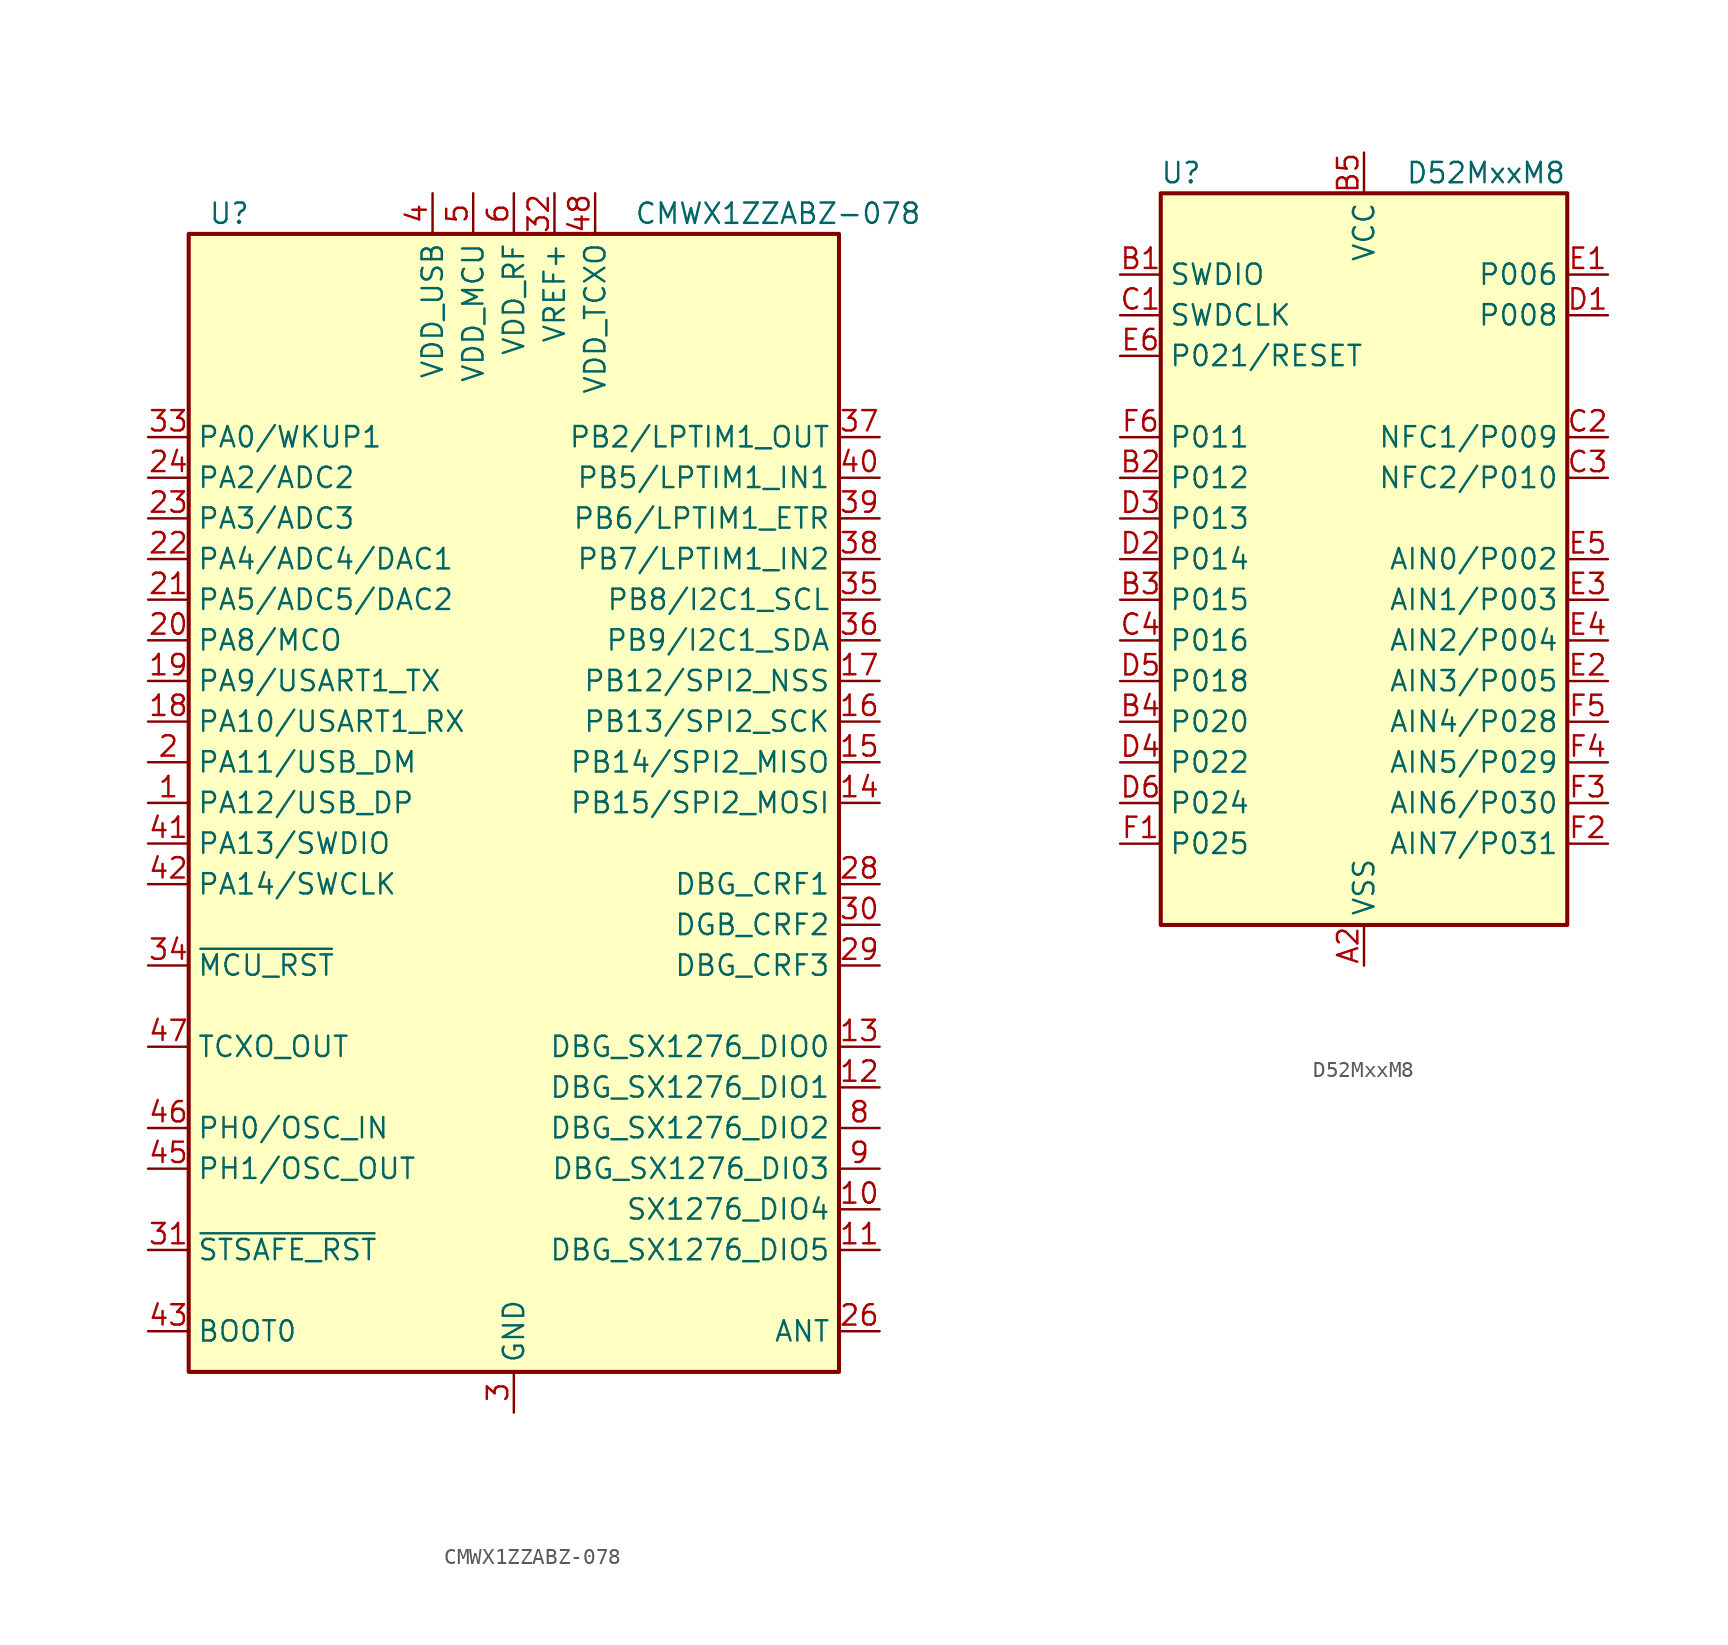
<source format=kicad_sym>
(kicad_symbol_lib
  (version 20231120)
  (generator "kicad_symbol_editor")
  (generator_version "8.0")
  (symbol "CMWX1ZZABZ-078"
    (property "Reference" "U"
      (at -17.78 36.83 0)
      (effects (font (size 1.27 1.27))))
    (property "Value" "CMWX1ZZABZ-078"
      (at 16.51 36.83 0)
      (effects (font (size 1.27 1.27))))
    (symbol "CMWX1ZZABZ-078_0_1"
      (rectangle (start -20.32 35.56) (end 20.32 -35.56) (stroke (width 0.254) (type default)) (fill (type background))))
    (symbol "CMWX1ZZABZ-078_1_1"
      (pin bidirectional line (at -22.86 0 0) (length 2.54) (name "PA12/USB_DP" (effects (font (size 1.27 1.27)))) (number "1" (effects (font (size 1.27 1.27)))))
      (pin bidirectional line (at 22.86 -25.4 180) (length 2.54) (name "SX1276_DIO4" (effects (font (size 1.27 1.27)))) (number "10" (effects (font (size 1.27 1.27)))))
      (pin bidirectional line (at 22.86 -27.94 180) (length 2.54) (name "DBG_SX1276_DIO5" (effects (font (size 1.27 1.27)))) (number "11" (effects (font (size 1.27 1.27)))))
      (pin bidirectional line (at 22.86 -17.78 180) (length 2.54) (name "DBG_SX1276_DIO1" (effects (font (size 1.27 1.27)))) (number "12" (effects (font (size 1.27 1.27)))))
      (pin bidirectional line (at 22.86 -15.24 180) (length 2.54) (name "DBG_SX1276_DIO0" (effects (font (size 1.27 1.27)))) (number "13" (effects (font (size 1.27 1.27)))))
      (pin bidirectional line (at 22.86 0 180) (length 2.54) (name "PB15/SPI2_MOSI" (effects (font (size 1.27 1.27)))) (number "14" (effects (font (size 1.27 1.27)))))
      (pin bidirectional line (at 22.86 2.54 180) (length 2.54) (name "PB14/SPI2_MISO" (effects (font (size 1.27 1.27)))) (number "15" (effects (font (size 1.27 1.27)))))
      (pin bidirectional line (at 22.86 5.08 180) (length 2.54) (name "PB13/SPI2_SCK" (effects (font (size 1.27 1.27)))) (number "16" (effects (font (size 1.27 1.27)))))
      (pin bidirectional line (at 22.86 7.62 180) (length 2.54) (name "PB12/SPI2_NSS" (effects (font (size 1.27 1.27)))) (number "17" (effects (font (size 1.27 1.27)))))
      (pin bidirectional line (at -22.86 5.08 0) (length 2.54) (name "PA10/USART1_RX" (effects (font (size 1.27 1.27)))) (number "18" (effects (font (size 1.27 1.27)))))
      (pin bidirectional line (at -22.86 7.62 0) (length 2.54) (name "PA9/USART1_TX" (effects (font (size 1.27 1.27)))) (number "19" (effects (font (size 1.27 1.27)))))
      (pin bidirectional line (at -22.86 2.54 0) (length 2.54) (name "PA11/USB_DM" (effects (font (size 1.27 1.27)))) (number "2" (effects (font (size 1.27 1.27)))))
      (pin bidirectional line (at -22.86 10.16 0) (length 2.54) (name "PA8/MCO" (effects (font (size 1.27 1.27)))) (number "20" (effects (font (size 1.27 1.27)))))
      (pin bidirectional line (at -22.86 12.7 0) (length 2.54) (name "PA5/ADC5/DAC2" (effects (font (size 1.27 1.27)))) (number "21" (effects (font (size 1.27 1.27)))))
      (pin bidirectional line (at -22.86 15.24 0) (length 2.54) (name "PA4/ADC4/DAC1" (effects (font (size 1.27 1.27)))) (number "22" (effects (font (size 1.27 1.27)))))
      (pin bidirectional line (at -22.86 17.78 0) (length 2.54) (name "PA3/ADC3" (effects (font (size 1.27 1.27)))) (number "23" (effects (font (size 1.27 1.27)))))
      (pin bidirectional line (at -22.86 20.32 0) (length 2.54) (name "PA2/ADC2" (effects (font (size 1.27 1.27)))) (number "24" (effects (font (size 1.27 1.27)))))
      (pin passive line (at 0 -38.1 90) (length 2.54) hide (name "GND" (effects (font (size 1.27 1.27)))) (number "25" (effects (font (size 1.27 1.27)))))
      (pin passive line (at 22.86 -33.02 180) (length 2.54) (name "ANT" (effects (font (size 1.27 1.27)))) (number "26" (effects (font (size 1.27 1.27)))))
      (pin passive line (at 0 -38.1 90) (length 2.54) hide (name "GND" (effects (font (size 1.27 1.27)))) (number "27" (effects (font (size 1.27 1.27)))))
      (pin passive line (at 22.86 -5.08 180) (length 2.54) (name "DBG_CRF1" (effects (font (size 1.27 1.27)))) (number "28" (effects (font (size 1.27 1.27)))))
      (pin passive line (at 22.86 -10.16 180) (length 2.54) (name "DBG_CRF3" (effects (font (size 1.27 1.27)))) (number "29" (effects (font (size 1.27 1.27)))))
      (pin power_in line (at 0 -38.1 90) (length 2.54) (name "GND" (effects (font (size 1.27 1.27)))) (number "3" (effects (font (size 1.27 1.27)))))
      (pin passive line (at 22.86 -7.62 180) (length 2.54) (name "DGB_CRF2" (effects (font (size 1.27 1.27)))) (number "30" (effects (font (size 1.27 1.27)))))
      (pin passive line (at -22.86 -27.94 0) (length 2.54) (name "~{STSAFE_RST}" (effects (font (size 1.27 1.27)))) (number "31" (effects (font (size 1.27 1.27)))))
      (pin power_in line (at 2.54 38.1 270) (length 2.54) (name "VREF+" (effects (font (size 1.27 1.27)))) (number "32" (effects (font (size 1.27 1.27)))))
      (pin bidirectional line (at -22.86 22.86 0) (length 2.54) (name "PA0/WKUP1" (effects (font (size 1.27 1.27)))) (number "33" (effects (font (size 1.27 1.27)))))
      (pin input line (at -22.86 -10.16 0) (length 2.54) (name "~{MCU_RST}" (effects (font (size 1.27 1.27)))) (number "34" (effects (font (size 1.27 1.27)))))
      (pin bidirectional line (at 22.86 12.7 180) (length 2.54) (name "PB8/I2C1_SCL" (effects (font (size 1.27 1.27)))) (number "35" (effects (font (size 1.27 1.27)))))
      (pin bidirectional line (at 22.86 10.16 180) (length 2.54) (name "PB9/I2C1_SDA" (effects (font (size 1.27 1.27)))) (number "36" (effects (font (size 1.27 1.27)))))
      (pin bidirectional line (at 22.86 22.86 180) (length 2.54) (name "PB2/LPTIM1_OUT" (effects (font (size 1.27 1.27)))) (number "37" (effects (font (size 1.27 1.27)))))
      (pin bidirectional line (at 22.86 15.24 180) (length 2.54) (name "PB7/LPTIM1_IN2" (effects (font (size 1.27 1.27)))) (number "38" (effects (font (size 1.27 1.27)))))
      (pin bidirectional line (at 22.86 17.78 180) (length 2.54) (name "PB6/LPTIM1_ETR" (effects (font (size 1.27 1.27)))) (number "39" (effects (font (size 1.27 1.27)))))
      (pin power_in line (at -5.08 38.1 270) (length 2.54) (name "VDD_USB" (effects (font (size 1.27 1.27)))) (number "4" (effects (font (size 1.27 1.27)))))
      (pin bidirectional line (at 22.86 20.32 180) (length 2.54) (name "PB5/LPTIM1_IN1" (effects (font (size 1.27 1.27)))) (number "40" (effects (font (size 1.27 1.27)))))
      (pin bidirectional line (at -22.86 -2.54 0) (length 2.54) (name "PA13/SWDIO" (effects (font (size 1.27 1.27)))) (number "41" (effects (font (size 1.27 1.27)))))
      (pin bidirectional line (at -22.86 -5.08 0) (length 2.54) (name "PA14/SWCLK" (effects (font (size 1.27 1.27)))) (number "42" (effects (font (size 1.27 1.27)))))
      (pin input line (at -22.86 -33.02 0) (length 2.54) (name "BOOT0" (effects (font (size 1.27 1.27)))) (number "43" (effects (font (size 1.27 1.27)))))
      (pin passive line (at 0 -38.1 90) (length 2.54) hide (name "GND" (effects (font (size 1.27 1.27)))) (number "44" (effects (font (size 1.27 1.27)))))
      (pin bidirectional line (at -22.86 -22.86 0) (length 2.54) (name "PH1/OSC_OUT" (effects (font (size 1.27 1.27)))) (number "45" (effects (font (size 1.27 1.27)))))
      (pin bidirectional line (at -22.86 -20.32 0) (length 2.54) (name "PH0/OSC_IN" (effects (font (size 1.27 1.27)))) (number "46" (effects (font (size 1.27 1.27)))))
      (pin output line (at -22.86 -15.24 0) (length 2.54) (name "TCXO_OUT" (effects (font (size 1.27 1.27)))) (number "47" (effects (font (size 1.27 1.27)))))
      (pin power_in line (at 5.08 38.1 270) (length 2.54) (name "VDD_TCXO" (effects (font (size 1.27 1.27)))) (number "48" (effects (font (size 1.27 1.27)))))
      (pin passive line (at 0 -38.1 90) (length 2.54) hide (name "GND" (effects (font (size 1.27 1.27)))) (number "49" (effects (font (size 1.27 1.27)))))
      (pin power_in line (at -2.54 38.1 270) (length 2.54) (name "VDD_MCU" (effects (font (size 1.27 1.27)))) (number "5" (effects (font (size 1.27 1.27)))))
      (pin passive line (at 0 -38.1 90) (length 2.54) hide (name "GND" (effects (font (size 1.27 1.27)))) (number "50" (effects (font (size 1.27 1.27)))))
      (pin passive line (at 0 -38.1 90) (length 2.54) hide (name "GND" (effects (font (size 1.27 1.27)))) (number "51" (effects (font (size 1.27 1.27)))))
      (pin passive line (at 0 -38.1 90) (length 2.54) hide (name "GND" (effects (font (size 1.27 1.27)))) (number "52" (effects (font (size 1.27 1.27)))))
      (pin passive line (at 0 -38.1 90) (length 2.54) hide (name "GND" (effects (font (size 1.27 1.27)))) (number "53" (effects (font (size 1.27 1.27)))))
      (pin passive line (at 0 -38.1 90) (length 2.54) hide (name "GND" (effects (font (size 1.27 1.27)))) (number "54" (effects (font (size 1.27 1.27)))))
      (pin passive line (at 0 -38.1 90) (length 2.54) hide (name "GND" (effects (font (size 1.27 1.27)))) (number "55" (effects (font (size 1.27 1.27)))))
      (pin passive line (at 0 -38.1 90) (length 2.54) hide (name "GND" (effects (font (size 1.27 1.27)))) (number "56" (effects (font (size 1.27 1.27)))))
      (pin passive line (at 0 -38.1 90) (length 2.54) hide (name "GND" (effects (font (size 1.27 1.27)))) (number "57" (effects (font (size 1.27 1.27)))))
      (pin power_in line (at 0 38.1 270) (length 2.54) (name "VDD_RF" (effects (font (size 1.27 1.27)))) (number "6" (effects (font (size 1.27 1.27)))))
      (pin passive line (at 0 -38.1 90) (length 2.54) hide (name "GND" (effects (font (size 1.27 1.27)))) (number "7" (effects (font (size 1.27 1.27)))))
      (pin bidirectional line (at 22.86 -20.32 180) (length 2.54) (name "DBG_SX1276_DIO2" (effects (font (size 1.27 1.27)))) (number "8" (effects (font (size 1.27 1.27)))))
      (pin bidirectional line (at 22.86 -22.86 180) (length 2.54) (name "DBG_SX1276_DI03" (effects (font (size 1.27 1.27)))) (number "9" (effects (font (size 1.27 1.27)))))))
  (symbol "D52MxxM8"
    (property "Reference" "U"
      (at -11.43 24.13 0)
      (effects (font (size 1.27 1.27))))
    (property "Value" "D52MxxM8"
      (at 7.62 24.13 0)
      (effects (font (size 1.27 1.27))))
    (symbol "D52MxxM8_0_1"
      (rectangle (start -12.7 22.86) (end 12.7 -22.86) (stroke (width 0.254) (type default)) (fill (type background))))
    (symbol "D52MxxM8_1_1"
      (pin power_in line (at 0 -25.4 90) (length 2.54) (name "VSS" (effects (font (size 1.27 1.27)))) (number "A2" (effects (font (size 1.27 1.27)))))
      (pin passive line (at 0 -25.4 90) (length 2.54) hide (name "VSS" (effects (font (size 1.27 1.27)))) (number "A3" (effects (font (size 1.27 1.27)))))
      (pin passive line (at 0 -25.4 90) (length 2.54) hide (name "VSS" (effects (font (size 1.27 1.27)))) (number "A4" (effects (font (size 1.27 1.27)))))
      (pin passive line (at 0 -25.4 90) (length 2.54) hide (name "VSS" (effects (font (size 1.27 1.27)))) (number "A5" (effects (font (size 1.27 1.27)))))
      (pin passive line (at 0 -25.4 90) (length 2.54) hide (name "VSS" (effects (font (size 1.27 1.27)))) (number "A6" (effects (font (size 1.27 1.27)))))
      (pin bidirectional line (at -15.24 17.78 0) (length 2.54) (name "SWDIO" (effects (font (size 1.27 1.27)))) (number "B1" (effects (font (size 1.27 1.27)))))
      (pin bidirectional line (at -15.24 5.08 0) (length 2.54) (name "P012" (effects (font (size 1.27 1.27)))) (number "B2" (effects (font (size 1.27 1.27)))))
      (pin bidirectional line (at -15.24 -2.54 0) (length 2.54) (name "P015" (effects (font (size 1.27 1.27)))) (number "B3" (effects (font (size 1.27 1.27)))))
      (pin bidirectional line (at -15.24 -10.16 0) (length 2.54) (name "P020" (effects (font (size 1.27 1.27)))) (number "B4" (effects (font (size 1.27 1.27)))))
      (pin power_in line (at 0 25.4 270) (length 2.54) (name "VCC" (effects (font (size 1.27 1.27)))) (number "B5" (effects (font (size 1.27 1.27)))))
      (pin passive line (at 0 25.4 270) (length 2.54) hide (name "VCC" (effects (font (size 1.27 1.27)))) (number "B6" (effects (font (size 1.27 1.27)))))
      (pin input line (at -15.24 15.24 0) (length 2.54) (name "SWDCLK" (effects (font (size 1.27 1.27)))) (number "C1" (effects (font (size 1.27 1.27)))))
      (pin bidirectional line (at 15.24 7.62 180) (length 2.54) (name "NFC1/P009" (effects (font (size 1.27 1.27)))) (number "C2" (effects (font (size 1.27 1.27)))))
      (pin bidirectional line (at 15.24 5.08 180) (length 2.54) (name "NFC2/P010" (effects (font (size 1.27 1.27)))) (number "C3" (effects (font (size 1.27 1.27)))))
      (pin bidirectional line (at -15.24 -5.08 0) (length 2.54) (name "P016" (effects (font (size 1.27 1.27)))) (number "C4" (effects (font (size 1.27 1.27)))))
      (pin passive line (at 0 25.4 270) (length 2.54) hide (name "VCC" (effects (font (size 1.27 1.27)))) (number "C5" (effects (font (size 1.27 1.27)))))
      (pin passive line (at 0 25.4 270) (length 2.54) hide (name "VCC" (effects (font (size 1.27 1.27)))) (number "C6" (effects (font (size 1.27 1.27)))))
      (pin bidirectional line (at 15.24 15.24 180) (length 2.54) (name "P008" (effects (font (size 1.27 1.27)))) (number "D1" (effects (font (size 1.27 1.27)))))
      (pin bidirectional line (at -15.24 0 0) (length 2.54) (name "P014" (effects (font (size 1.27 1.27)))) (number "D2" (effects (font (size 1.27 1.27)))))
      (pin bidirectional line (at -15.24 2.54 0) (length 2.54) (name "P013" (effects (font (size 1.27 1.27)))) (number "D3" (effects (font (size 1.27 1.27)))))
      (pin bidirectional line (at -15.24 -12.7 0) (length 2.54) (name "P022" (effects (font (size 1.27 1.27)))) (number "D4" (effects (font (size 1.27 1.27)))))
      (pin bidirectional line (at -15.24 -7.62 0) (length 2.54) (name "P018" (effects (font (size 1.27 1.27)))) (number "D5" (effects (font (size 1.27 1.27)))))
      (pin bidirectional line (at -15.24 -15.24 0) (length 2.54) (name "P024" (effects (font (size 1.27 1.27)))) (number "D6" (effects (font (size 1.27 1.27)))))
      (pin bidirectional line (at 15.24 17.78 180) (length 2.54) (name "P006" (effects (font (size 1.27 1.27)))) (number "E1" (effects (font (size 1.27 1.27)))))
      (pin bidirectional line (at 15.24 -7.62 180) (length 2.54) (name "AIN3/P005" (effects (font (size 1.27 1.27)))) (number "E2" (effects (font (size 1.27 1.27)))))
      (pin bidirectional line (at 15.24 -2.54 180) (length 2.54) (name "AIN1/P003" (effects (font (size 1.27 1.27)))) (number "E3" (effects (font (size 1.27 1.27)))))
      (pin bidirectional line (at 15.24 -5.08 180) (length 2.54) (name "AIN2/P004" (effects (font (size 1.27 1.27)))) (number "E4" (effects (font (size 1.27 1.27)))))
      (pin bidirectional line (at 15.24 0 180) (length 2.54) (name "AIN0/P002" (effects (font (size 1.27 1.27)))) (number "E5" (effects (font (size 1.27 1.27)))))
      (pin bidirectional line (at -15.24 12.7 0) (length 2.54) (name "P021/RESET" (effects (font (size 1.27 1.27)))) (number "E6" (effects (font (size 1.27 1.27)))))
      (pin bidirectional line (at -15.24 -17.78 0) (length 2.54) (name "P025" (effects (font (size 1.27 1.27)))) (number "F1" (effects (font (size 1.27 1.27)))))
      (pin bidirectional line (at 15.24 -17.78 180) (length 2.54) (name "AIN7/P031" (effects (font (size 1.27 1.27)))) (number "F2" (effects (font (size 1.27 1.27)))))
      (pin bidirectional line (at 15.24 -15.24 180) (length 2.54) (name "AIN6/P030" (effects (font (size 1.27 1.27)))) (number "F3" (effects (font (size 1.27 1.27)))))
      (pin bidirectional line (at 15.24 -12.7 180) (length 2.54) (name "AIN5/P029" (effects (font (size 1.27 1.27)))) (number "F4" (effects (font (size 1.27 1.27)))))
      (pin bidirectional line (at 15.24 -10.16 180) (length 2.54) (name "AIN4/P028" (effects (font (size 1.27 1.27)))) (number "F5" (effects (font (size 1.27 1.27)))))
      (pin bidirectional line (at -15.24 7.62 0) (length 2.54) (name "P011" (effects (font (size 1.27 1.27)))) (number "F6" (effects (font (size 1.27 1.27))))))))
</source>
